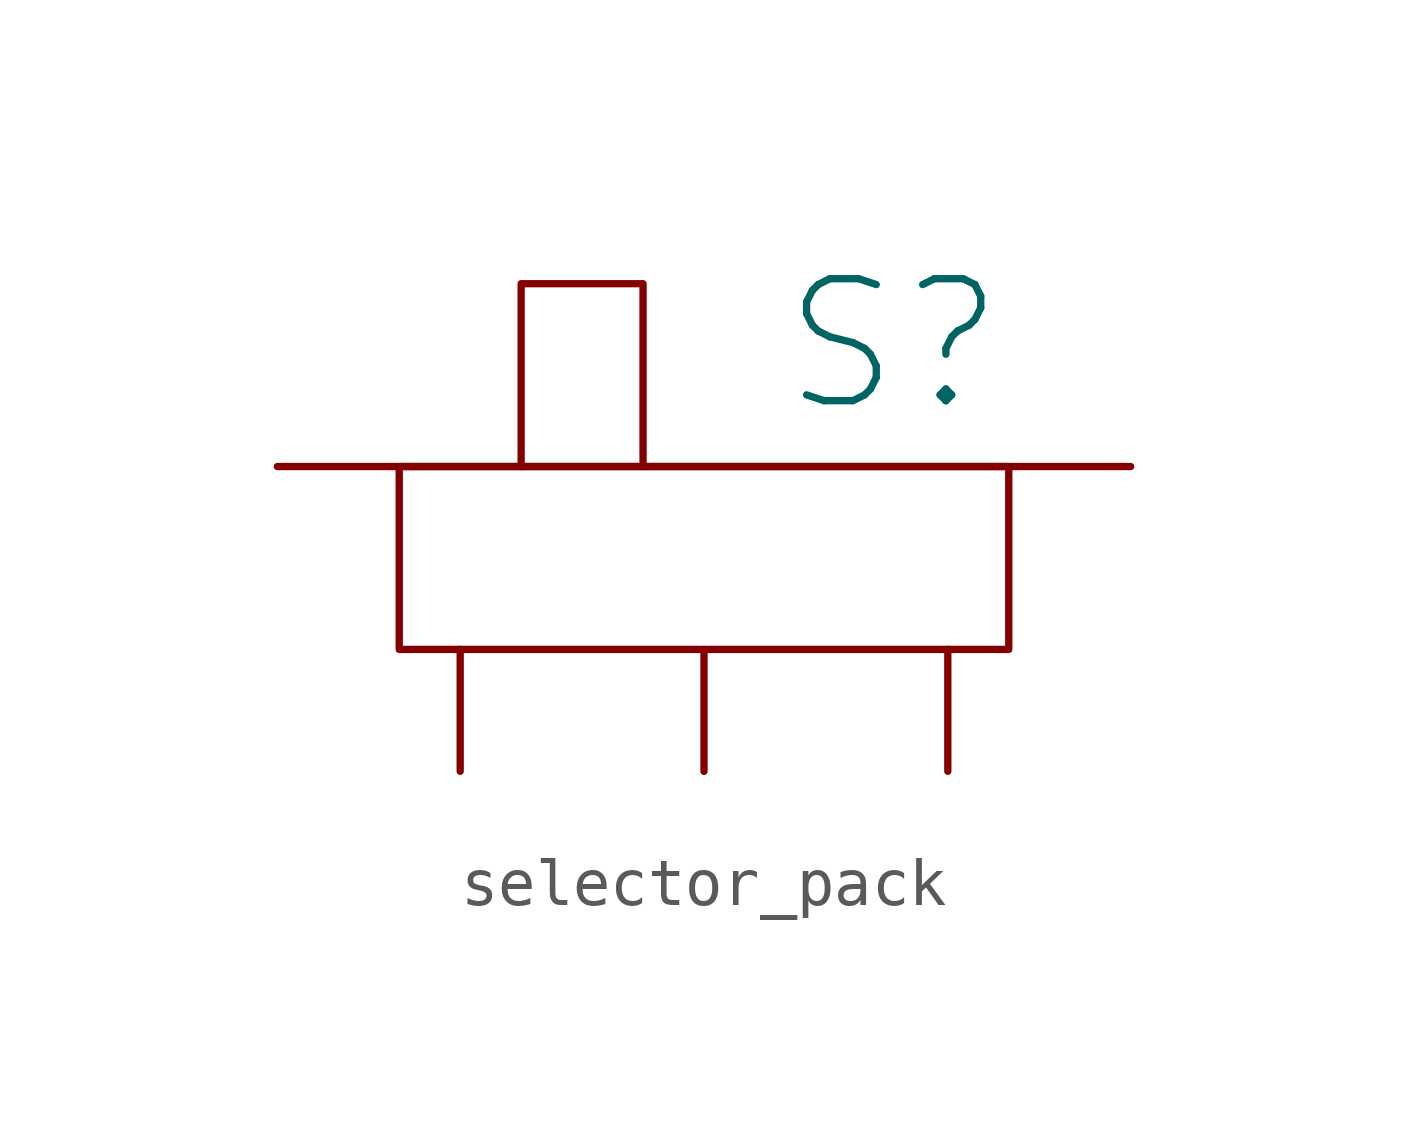
<source format=kicad_sym>
(kicad_symbol_lib
  (version 20220914)
  (generator kicad_symbol_editor)
  (symbol "selector_pack"
    (pin_names
      (offset 1.016))
    (property "Reference" "S"
      (at 11.43 8.89 0)
      (effects (font (size 2.54 2.54)) (justify right)))
    (symbol "selector_pack_0_1"
      (rectangle (start -1.27 6.35) (end 11.43 2.54) (stroke (width 0) (type default)) (fill (type none)))
      (polyline (pts (xy 13.97 6.35) (xy -3.81 6.35)) (stroke (width 0) (type default)) (fill (type none)))
      (polyline (pts (xy 1.27 6.35) (xy 1.27 10.16) (xy 3.81 10.16) (xy 3.81 6.35)) (stroke (width 0) (type default)) (fill (type none))))
    (symbol "selector_pack_1_1"
      (pin input line (at 0 0 90) (length 2.54) (name "" (effects (font (size 1.27 1.27)))) (number "" (effects (font (size 1.143 1.143)))))
      (pin input line (at 5.08 0 90) (length 2.54) (name "" (effects (font (size 1.27 1.27)))) (number "" (effects (font (size 1.143 1.143)))))
      (pin input line (at 10.16 0 90) (length 2.54) (name "" (effects (font (size 1.27 1.27)))) (number "" (effects (font (size 1.143 1.143))))))))
</source>
